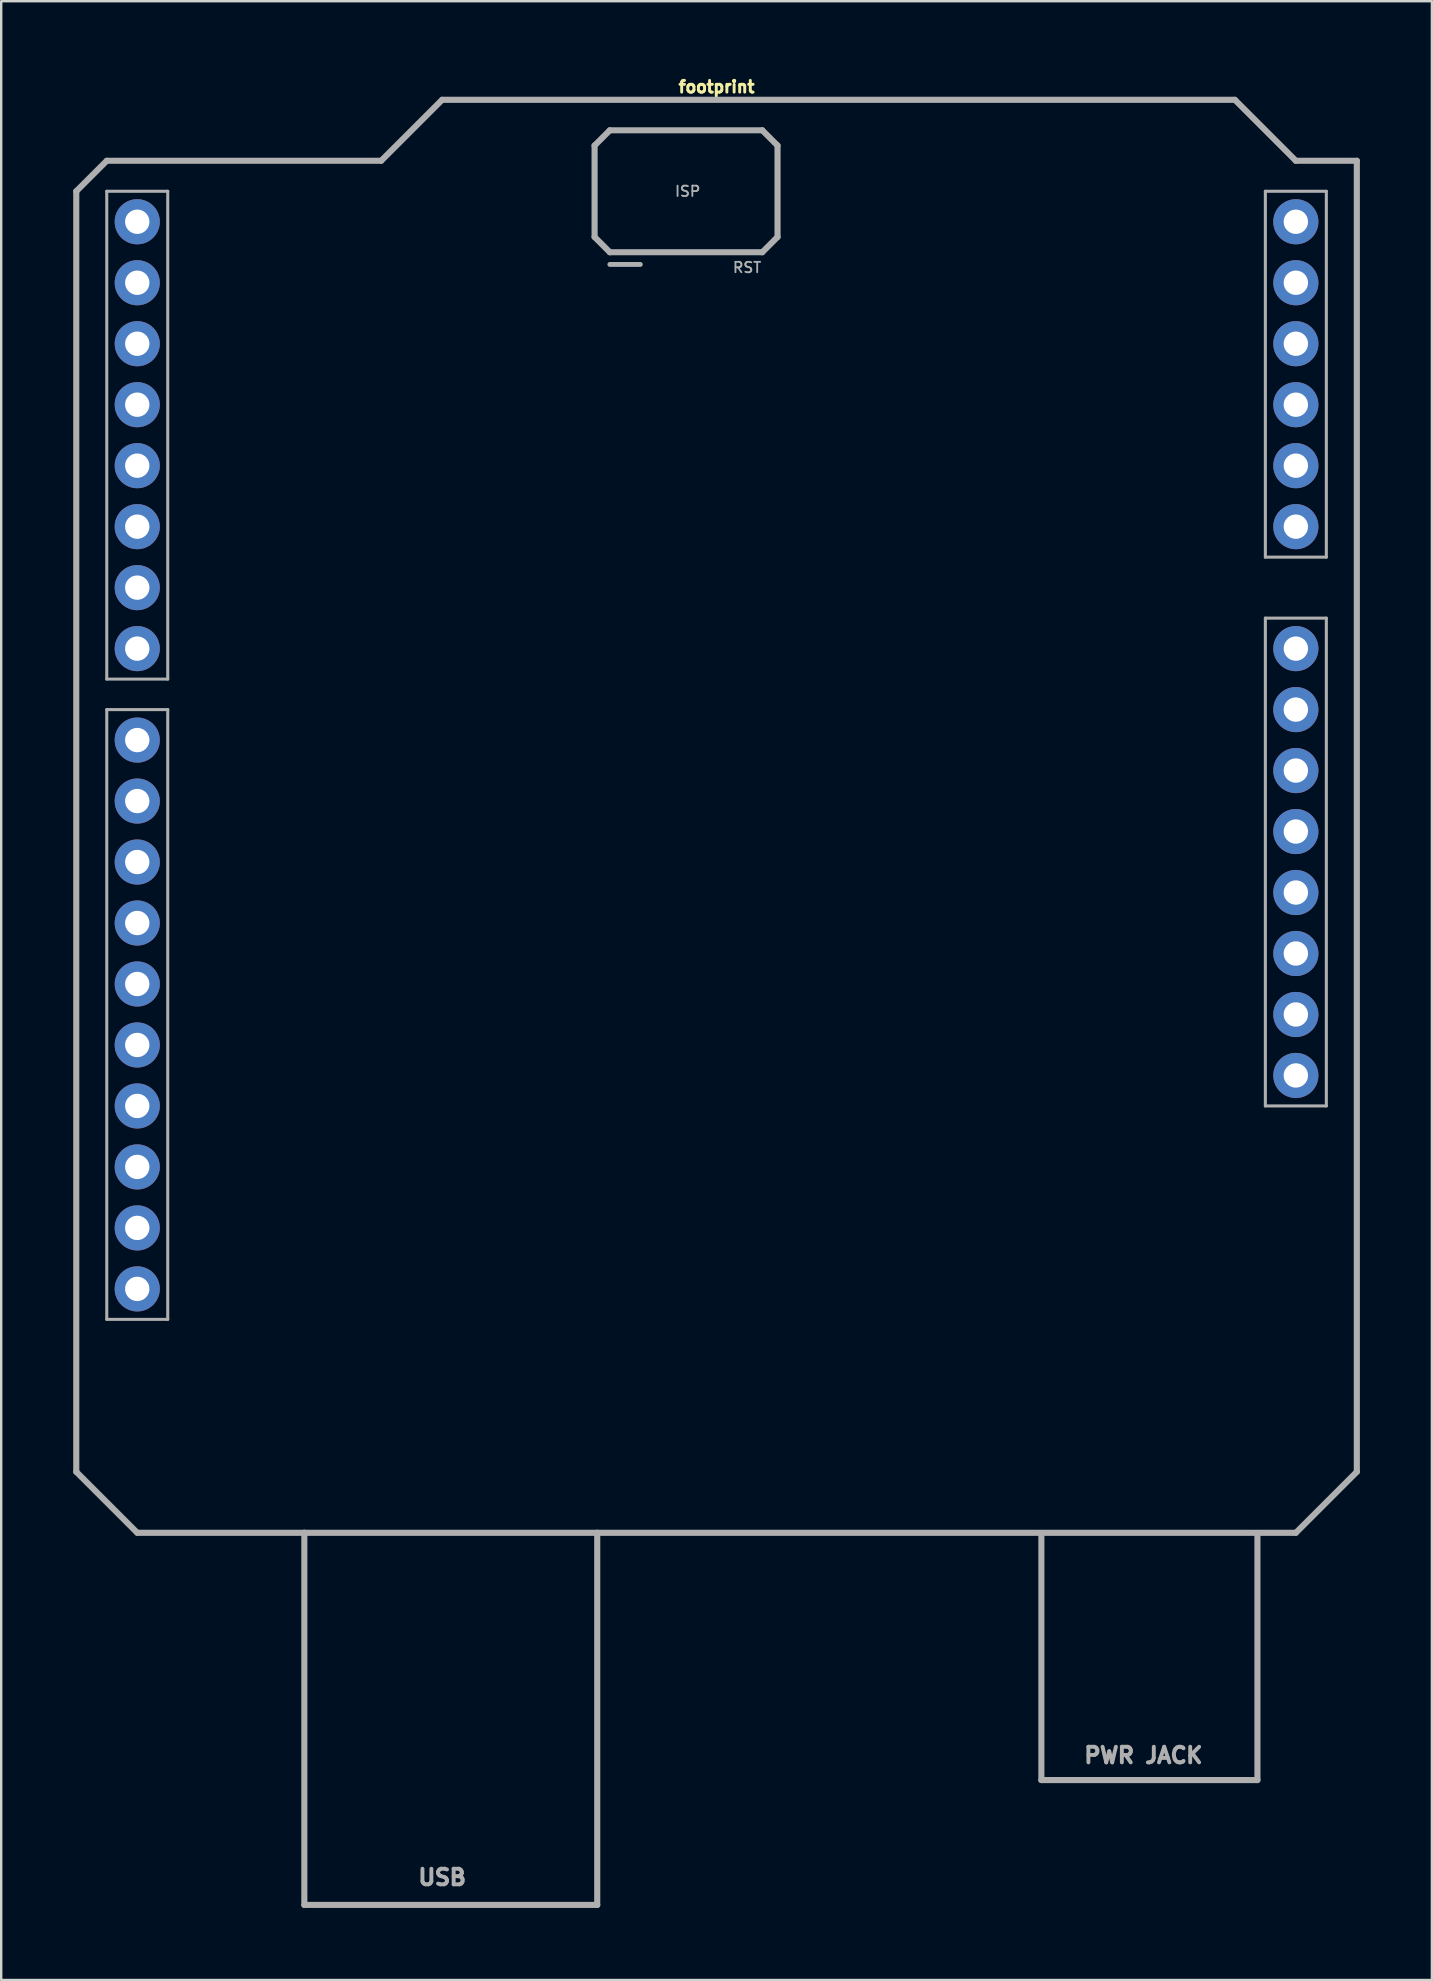
<source format=kicad_pcb>
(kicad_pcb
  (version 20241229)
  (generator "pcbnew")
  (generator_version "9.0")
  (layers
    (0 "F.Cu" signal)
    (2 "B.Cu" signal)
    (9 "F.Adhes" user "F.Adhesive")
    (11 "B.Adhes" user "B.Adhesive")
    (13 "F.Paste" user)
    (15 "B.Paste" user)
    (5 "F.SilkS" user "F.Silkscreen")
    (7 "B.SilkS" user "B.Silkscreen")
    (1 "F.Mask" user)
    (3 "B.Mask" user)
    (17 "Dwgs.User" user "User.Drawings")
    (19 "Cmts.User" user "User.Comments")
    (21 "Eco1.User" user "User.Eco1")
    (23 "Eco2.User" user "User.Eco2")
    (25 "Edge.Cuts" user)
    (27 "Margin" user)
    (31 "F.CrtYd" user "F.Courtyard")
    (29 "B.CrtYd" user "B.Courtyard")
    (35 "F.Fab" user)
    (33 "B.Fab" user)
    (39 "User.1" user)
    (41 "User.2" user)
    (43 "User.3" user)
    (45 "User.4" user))
  (footprint "footprint"
    (layer "F.Cu")
    (at 26.797 30.317)
    (property "Reference" "footprint" (at 0 -29.464 0) (layer "F.SilkS") (effects (font (size 0.488 0.488) (thickness 0.122)) (justify bottom)))
    (fp_line (start -26.67 -25.4) (end -26.67 27.94) (stroke (width 0.254) (type solid)) (layer "F.Fab"))
    (fp_line (start -26.67 27.94) (end -24.13 30.48) (stroke (width 0.254) (type solid)) (layer "F.Fab"))
    (fp_line (start -25.4 -26.67) (end -26.67 -25.4) (stroke (width 0.254) (type solid)) (layer "F.Fab"))
    (fp_line (start -25.4 -25.4) (end -22.86 -25.4) (stroke (width 0.127) (type solid)) (layer "F.Fab"))
    (fp_line (start -25.4 -5.08) (end -25.4 -25.4) (stroke (width 0.127) (type solid)) (layer "F.Fab"))
    (fp_line (start -25.4 -3.81) (end -22.86 -3.81) (stroke (width 0.127) (type solid)) (layer "F.Fab"))
    (fp_line (start -25.4 21.59) (end -25.4 -3.81) (stroke (width 0.127) (type solid)) (layer "F.Fab"))
    (fp_line (start -24.13 30.48) (end -17.17 30.48) (stroke (width 0.254) (type solid)) (layer "F.Fab"))
    (fp_line (start -22.86 -25.4) (end -22.86 -5.08) (stroke (width 0.127) (type solid)) (layer "F.Fab"))
    (fp_line (start -22.86 -5.08) (end -25.4 -5.08) (stroke (width 0.127) (type solid)) (layer "F.Fab"))
    (fp_line (start -22.86 -3.81) (end -22.86 21.59) (stroke (width 0.127) (type solid)) (layer "F.Fab"))
    (fp_line (start -22.86 21.59) (end -25.4 21.59) (stroke (width 0.127) (type solid)) (layer "F.Fab"))
    (fp_line (start -17.17 30.48) (end -4.97 30.48) (stroke (width 0.254) (type solid)) (layer "F.Fab"))
    (fp_line (start -17.17 45.98) (end -17.17 30.48) (stroke (width 0.254) (type solid)) (layer "F.Fab"))
    (fp_line (start -17.17 45.98) (end -4.97 45.98) (stroke (width 0.254) (type solid)) (layer "F.Fab"))
    (fp_line (start -13.97 -26.67) (end -25.4 -26.67) (stroke (width 0.254) (type solid)) (layer "F.Fab"))
    (fp_line (start -11.43 -29.21) (end -13.97 -26.67) (stroke (width 0.254) (type solid)) (layer "F.Fab"))
    (fp_line (start -5.08 -27.305) (end -4.445 -27.94) (stroke (width 0.254) (type solid)) (layer "F.Fab"))
    (fp_line (start -5.08 -23.495) (end -5.08 -27.305) (stroke (width 0.254) (type solid)) (layer "F.Fab"))
    (fp_line (start -4.97 30.48) (end 24.13 30.48) (stroke (width 0.254) (type solid)) (layer "F.Fab"))
    (fp_line (start -4.97 45.98) (end -4.97 30.48) (stroke (width 0.254) (type solid)) (layer "F.Fab"))
    (fp_line (start -4.445 -27.94) (end 1.905 -27.94) (stroke (width 0.254) (type solid)) (layer "F.Fab"))
    (fp_line (start -4.445 -22.86) (end -5.08 -23.495) (stroke (width 0.254) (type solid)) (layer "F.Fab"))
    (fp_line (start -3.175 -22.352) (end -4.445 -22.352) (stroke (width 0.203) (type solid)) (layer "F.Fab"))
    (fp_line (start 1.905 -27.94) (end 2.54 -27.305) (stroke (width 0.254) (type solid)) (layer "F.Fab"))
    (fp_line (start 1.905 -22.86) (end -4.445 -22.86) (stroke (width 0.254) (type solid)) (layer "F.Fab"))
    (fp_line (start 2.54 -27.305) (end 2.54 -23.495) (stroke (width 0.254) (type solid)) (layer "F.Fab"))
    (fp_line (start 2.54 -23.495) (end 1.905 -22.86) (stroke (width 0.254) (type solid)) (layer "F.Fab"))
    (fp_line (start 13.53 40.78) (end 13.53 30.58) (stroke (width 0.254) (type solid)) (layer "F.Fab"))
    (fp_line (start 13.53 40.78) (end 22.53 40.78) (stroke (width 0.254) (type solid)) (layer "F.Fab"))
    (fp_line (start 21.59 -29.21) (end -11.43 -29.21) (stroke (width 0.254) (type solid)) (layer "F.Fab"))
    (fp_line (start 22.53 40.78) (end 22.53 30.58) (stroke (width 0.254) (type solid)) (layer "F.Fab"))
    (fp_line (start 22.86 -25.4) (end 25.4 -25.4) (stroke (width 0.127) (type solid)) (layer "F.Fab"))
    (fp_line (start 22.86 -10.16) (end 22.86 -25.4) (stroke (width 0.127) (type solid)) (layer "F.Fab"))
    (fp_line (start 22.86 -7.62) (end 22.86 12.7) (stroke (width 0.127) (type solid)) (layer "F.Fab"))
    (fp_line (start 22.86 12.7) (end 25.4 12.7) (stroke (width 0.127) (type solid)) (layer "F.Fab"))
    (fp_line (start 24.13 -26.67) (end 21.59 -29.21) (stroke (width 0.254) (type solid)) (layer "F.Fab"))
    (fp_line (start 24.13 30.48) (end 26.67 27.94) (stroke (width 0.254) (type solid)) (layer "F.Fab"))
    (fp_line (start 25.4 -25.4) (end 25.4 -10.16) (stroke (width 0.127) (type solid)) (layer "F.Fab"))
    (fp_line (start 25.4 -10.16) (end 22.86 -10.16) (stroke (width 0.127) (type solid)) (layer "F.Fab"))
    (fp_line (start 25.4 -7.62) (end 22.86 -7.62) (stroke (width 0.127) (type solid)) (layer "F.Fab"))
    (fp_line (start 25.4 12.7) (end 25.4 -7.62) (stroke (width 0.127) (type solid)) (layer "F.Fab"))
    (fp_line (start 26.67 -26.67) (end 24.13 -26.67) (stroke (width 0.254) (type solid)) (layer "F.Fab"))
    (fp_line (start 26.67 27.94) (end 26.67 -26.67) (stroke (width 0.254) (type solid)) (layer "F.Fab"))
    (fp_text user "PWR JACK" (at 17.78 39.37 0) (layer "F.Fab") (effects (font (size 0.65 0.65) (thickness 0.163)) (justify top)))
    (fp_text user "RST" (at 0.635 -21.971 0) (layer "F.Fab") (effects (font (size 0.432 0.432) (thickness 0.076)) (justify left bottom)))
    (fp_text user "USB" (at -11.43 44.45 0) (layer "F.Fab") (effects (font (size 0.65 0.65) (thickness 0.163)) (justify top)))
    (fp_text user "ISP" (at -1.778 -25.146 0) (layer "F.Fab") (effects (font (size 0.432 0.432) (thickness 0.076)) (justify left bottom)))
    (pad "3.3V" thru_hole circle (at 24.13 3.81 90) (size 1.88 1.88) (drill 1.016) (layers "*.Cu" "*.Mask"))
    (pad "5V" thru_hole circle (at 24.13 1.27 90) (size 1.88 1.88) (drill 1.016) (layers "*.Cu" "*.Mask"))
    (pad "A0" thru_hole circle (at 24.13 -11.43 90) (size 1.88 1.88) (drill 1.016) (layers "*.Cu" "*.Mask"))
    (pad "A1" thru_hole circle (at 24.13 -13.97 90) (size 1.88 1.88) (drill 1.016) (layers "*.Cu" "*.Mask"))
    (pad "A2" thru_hole circle (at 24.13 -16.51 90) (size 1.88 1.88) (drill 1.016) (layers "*.Cu" "*.Mask"))
    (pad "A3" thru_hole circle (at 24.13 -19.05 90) (size 1.88 1.88) (drill 1.016) (layers "*.Cu" "*.Mask"))
    (pad "A4" thru_hole circle (at 24.13 -21.59 90) (size 1.88 1.88) (drill 1.016) (layers "*.Cu" "*.Mask"))
    (pad "A5" thru_hole circle (at 24.13 -24.13 90) (size 1.88 1.88) (drill 1.016) (layers "*.Cu" "*.Mask"))
    (pad "AREF" thru_hole circle (at -24.13 15.24 90) (size 1.88 1.88) (drill 1.016) (layers "*.Cu" "*.Mask"))
    (pad "D2" thru_hole circle (at -24.13 -19.05 90) (size 1.88 1.88) (drill 1.016) (layers "*.Cu" "*.Mask"))
    (pad "D3" thru_hole circle (at -24.13 -16.51 90) (size 1.88 1.88) (drill 1.016) (layers "*.Cu" "*.Mask"))
    (pad "D4" thru_hole circle (at -24.13 -13.97 90) (size 1.88 1.88) (drill 1.016) (layers "*.Cu" "*.Mask"))
    (pad "D5" thru_hole circle (at -24.13 -11.43 90) (size 1.88 1.88) (drill 1.016) (layers "*.Cu" "*.Mask"))
    (pad "D6" thru_hole circle (at -24.13 -8.89 90) (size 1.88 1.88) (drill 1.016) (layers "*.Cu" "*.Mask"))
    (pad "D7" thru_hole circle (at -24.13 -6.35 90) (size 1.88 1.88) (drill 1.016) (layers "*.Cu" "*.Mask"))
    (pad "D8" thru_hole circle (at -24.13 -2.54 90) (size 1.88 1.88) (drill 1.016) (layers "*.Cu" "*.Mask"))
    (pad "D9" thru_hole circle (at -24.13 0 90) (size 1.88 1.88) (drill 1.016) (layers "*.Cu" "*.Mask"))
    (pad "D10" thru_hole circle (at -24.13 2.54 90) (size 1.88 1.88) (drill 1.016) (layers "*.Cu" "*.Mask"))
    (pad "D11" thru_hole circle (at -24.13 5.08 90) (size 1.88 1.88) (drill 1.016) (layers "*.Cu" "*.Mask"))
    (pad "D12" thru_hole circle (at -24.13 7.62 90) (size 1.88 1.88) (drill 1.016) (layers "*.Cu" "*.Mask"))
    (pad "D13" thru_hole circle (at -24.13 10.16 90) (size 1.88 1.88) (drill 1.016) (layers "*.Cu" "*.Mask"))
    (pad "GND@0" thru_hole circle (at 24.13 -1.27 90) (size 1.88 1.88) (drill 1.016) (layers "*.Cu" "*.Mask"))
    (pad "GND@1" thru_hole circle (at 24.13 -3.81 90) (size 1.88 1.88) (drill 1.016) (layers "*.Cu" "*.Mask"))
    (pad "GND@2" thru_hole circle (at -24.13 12.7 90) (size 1.88 1.88) (drill 1.016) (layers "*.Cu" "*.Mask"))
    (pad "IOREF" thru_hole circle (at 24.13 8.89 90) (size 1.88 1.88) (drill 1.016) (layers "*.Cu" "*.Mask"))
    (pad "NC" thru_hole circle (at 24.13 11.43 90) (size 1.88 1.88) (drill 1.016) (layers "*.Cu" "*.Mask"))
    (pad "RES" thru_hole circle (at 24.13 6.35 90) (size 1.88 1.88) (drill 1.016) (layers "*.Cu" "*.Mask"))
    (pad "RX" thru_hole circle (at -24.13 -24.13 90) (size 1.88 1.88) (drill 1.016) (layers "*.Cu" "*.Mask"))
    (pad "SCL" thru_hole circle (at -24.13 20.32 90) (size 1.88 1.88) (drill 1.016) (layers "*.Cu" "*.Mask"))
    (pad "SDA" thru_hole circle (at -24.13 17.78 90) (size 1.88 1.88) (drill 1.016) (layers "*.Cu" "*.Mask"))
    (pad "TX" thru_hole circle (at -24.13 -21.59 90) (size 1.88 1.88) (drill 1.016) (layers "*.Cu" "*.Mask"))
    (pad "VIN" thru_hole circle (at 24.13 -6.35 90) (size 1.88 1.88) (drill 1.016) (layers "*.Cu" "*.Mask")))
  (gr_rect
    (start -3 -3)
    (end 56.594 79.424)
    (stroke (width 0.1) (type default))
    (fill no)
    (layer "Edge.Cuts")))
</source>
